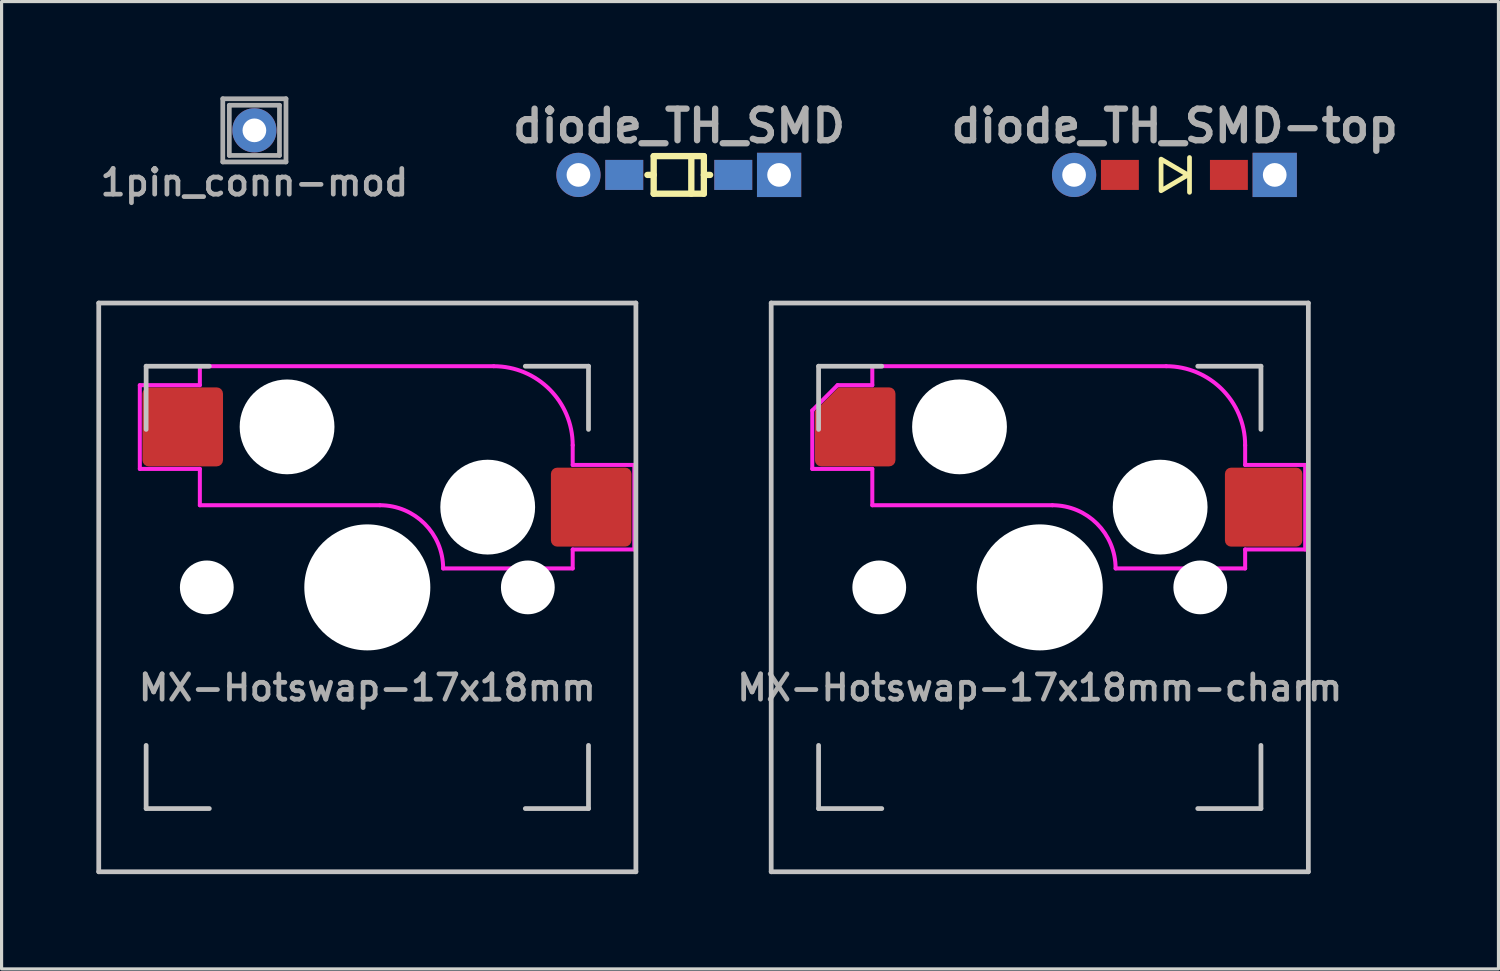
<source format=kicad_pcb>
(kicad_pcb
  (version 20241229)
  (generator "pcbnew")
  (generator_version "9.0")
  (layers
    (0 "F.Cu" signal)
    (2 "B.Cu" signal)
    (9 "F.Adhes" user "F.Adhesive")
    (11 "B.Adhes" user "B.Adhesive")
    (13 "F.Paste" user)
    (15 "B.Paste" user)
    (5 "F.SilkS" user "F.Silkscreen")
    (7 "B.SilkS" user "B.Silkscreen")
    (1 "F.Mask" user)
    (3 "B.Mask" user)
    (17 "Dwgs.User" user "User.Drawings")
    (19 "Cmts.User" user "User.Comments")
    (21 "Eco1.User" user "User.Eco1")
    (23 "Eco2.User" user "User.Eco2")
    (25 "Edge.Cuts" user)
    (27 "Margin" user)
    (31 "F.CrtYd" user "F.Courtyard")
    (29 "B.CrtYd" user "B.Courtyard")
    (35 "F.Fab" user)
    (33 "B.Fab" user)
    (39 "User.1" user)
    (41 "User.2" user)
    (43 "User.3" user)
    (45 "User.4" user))
  (footprint "MX-Hotswap-17x18mm-charm"
    (layer "F.Cu")
    (at 29.857 15.54)
    (property "Reference" "MX-Hotswap-17x18mm-charm" (at 0 3.175 0) (layer "F.Fab") (effects (font (size 0.8 0.8) (thickness 0.15))))
    (attr smd)
    (fp_line (start -8.5 9) (end -8.5 -9) (stroke (width 0.15) (type solid)) (layer "Dwgs.User"))
    (fp_line (start -7 -7) (end -5 -7) (stroke (width 0.15) (type solid)) (layer "Dwgs.User"))
    (fp_line (start -7 -5) (end -7 -7) (stroke (width 0.15) (type solid)) (layer "Dwgs.User"))
    (fp_line (start -7 5) (end -7 7) (stroke (width 0.15) (type solid)) (layer "Dwgs.User"))
    (fp_line (start -7 7) (end -5 7) (stroke (width 0.15) (type solid)) (layer "Dwgs.User"))
    (fp_line (start 5 7) (end 7 7) (stroke (width 0.15) (type solid)) (layer "Dwgs.User"))
    (fp_line (start 7 -7) (end 5 -7) (stroke (width 0.15) (type solid)) (layer "Dwgs.User"))
    (fp_line (start 7 -5) (end 7 -7) (stroke (width 0.15) (type solid)) (layer "Dwgs.User"))
    (fp_line (start 7 7) (end 7 5) (stroke (width 0.15) (type solid)) (layer "Dwgs.User"))
    (fp_line (start 8.5 -9) (end -8.5 -9) (stroke (width 0.15) (type solid)) (layer "Dwgs.User"))
    (fp_line (start 8.5 9) (end -8.5 9) (stroke (width 0.15) (type solid)) (layer "Dwgs.User"))
    (fp_line (start 8.5 9) (end 8.5 -9) (stroke (width 0.15) (type solid)) (layer "Dwgs.User"))
    (fp_line (start -7.2 -3.75) (end -7.2 -5.6) (stroke (width 0.127) (type solid)) (layer "F.CrtYd"))
    (fp_line (start -6.4 -6.4) (end -7.2 -5.6) (stroke (width 0.127) (type default)) (layer "F.CrtYd"))
    (fp_line (start -6.4 -6.4) (end -5.3 -6.4) (stroke (width 0.127) (type solid)) (layer "F.CrtYd"))
    (fp_line (start -5.3 -6.4) (end -5.3 -7) (stroke (width 0.127) (type solid)) (layer "F.CrtYd"))
    (fp_line (start -5.3 -3.75) (end -7.2 -3.75) (stroke (width 0.127) (type solid)) (layer "F.CrtYd"))
    (fp_line (start -5.3 -3.75) (end -5.3 -2.6) (stroke (width 0.127) (type solid)) (layer "F.CrtYd"))
    (fp_line (start -5.3 -2.6) (end 0.4 -2.6) (stroke (width 0.127) (type solid)) (layer "F.CrtYd"))
    (fp_line (start 2.4 -0.6) (end 6.5 -0.6) (stroke (width 0.127) (type solid)) (layer "F.CrtYd"))
    (fp_line (start 4 -7) (end -5.3 -7) (stroke (width 0.127) (type solid)) (layer "F.CrtYd"))
    (fp_line (start 6.5 -3.875) (end 6.5 -4.5) (stroke (width 0.127) (type solid)) (layer "F.CrtYd"))
    (fp_line (start 6.5 -1.2) (end 6.5 -0.6) (stroke (width 0.127) (type solid)) (layer "F.CrtYd"))
    (fp_line (start 6.5 -1.2) (end 8.4 -1.2) (stroke (width 0.127) (type solid)) (layer "F.CrtYd"))
    (fp_line (start 8.4 -3.875) (end 6.5 -3.875) (stroke (width 0.127) (type solid)) (layer "F.CrtYd"))
    (fp_line (start 8.4 -1.2) (end 8.4 -3.875) (stroke (width 0.127) (type solid)) (layer "F.CrtYd"))
    (fp_arc (start 0.4 -2.6) (mid 1.814214 -2.014214) (end 2.4 -0.6) (stroke (width 0.127) (type solid)) (layer "F.CrtYd"))
    (fp_arc (start 4 -7) (mid 5.767767 -6.267767) (end 6.5 -4.5) (stroke (width 0.127) (type solid)) (layer "F.CrtYd"))
    (pad "" np_thru_hole circle (at -5.08 0 311.901) (size 1.702 1.702) (drill 1.702) (layers "*.Cu" "*.Mask"))
    (pad "" np_thru_hole circle (at -2.54 -5.08) (size 3 3) (drill 3) (layers "*.Cu" "*.Mask"))
    (pad "" np_thru_hole circle (at 0 0) (size 3.988 3.988) (drill 3.988) (layers "*.Cu" "*.Mask"))
    (pad "" np_thru_hole circle (at 3.81 -2.54) (size 3 3) (drill 3) (layers "*.Cu" "*.Mask"))
    (pad "" np_thru_hole circle (at 5.08 0 311.901) (size 1.702 1.702) (drill 1.702) (layers "*.Cu" "*.Mask"))
    (pad "1" smd roundrect (at 7.085 -2.54) (size 2.45 2.5) (layers "F.Cu" "F.Mask" "F.Paste") (roundrect_rratio 0.08))
    (pad "2" smd roundrect (at -5.842 -5.08) (size 2.55 2.5) (layers "F.Cu" "F.Mask" "F.Paste") (roundrect_rratio 0.08) (chamfer_ratio 0.3) (chamfer top_left)))
  (footprint "1pin_conn-mod"
    (layer "F.Cu")
    (at 5.001 1.075)
    (property "Reference" "1pin_conn-mod" (at 0 1.651 0) (layer "F.Fab") (effects (font (size 0.813 0.813) (thickness 0.15))))
    (attr through_hole)
    (fp_line (start -1 -1) (end -1 1) (stroke (width 0.15) (type solid)) (layer "F.Fab"))
    (fp_line (start -1 1) (end 1 1) (stroke (width 0.15) (type solid)) (layer "F.Fab"))
    (fp_line (start -0.794 -0.794) (end 0.794 -0.794) (stroke (width 0.15) (type solid)) (layer "F.Fab"))
    (fp_line (start -0.794 0.794) (end -0.794 -0.794) (stroke (width 0.15) (type solid)) (layer "F.Fab"))
    (fp_line (start 0.794 -0.794) (end 0.794 0.794) (stroke (width 0.15) (type solid)) (layer "F.Fab"))
    (fp_line (start 0.794 0.794) (end -0.794 0.794) (stroke (width 0.15) (type solid)) (layer "F.Fab"))
    (fp_line (start 1 -1) (end -1 -1) (stroke (width 0.15) (type solid)) (layer "F.Fab"))
    (fp_line (start 1 1) (end 1 -1) (stroke (width 0.15) (type solid)) (layer "F.Fab"))
    (pad "1" thru_hole circle (at 0 0) (size 1.4 1.4) (drill 0.75) (layers "*.Cu" "*.Mask")))
  (footprint "diode_TH_SMD"
    (layer "F.Cu")
    (at 21.21 2.486)
    (property "Reference" "diode_TH_SMD" (at -2.77 -1.55 0) (layer "F.Fab") (effects (font (size 1 1) (thickness 0.2))))
    (attr through_hole)
    (fp_line (start -3.572 -0.595) (end -1.984 -0.595) (stroke (width 0.2) (type solid)) (layer "F.SilkS"))
    (fp_line (start -3.572 0) (end -3.77 0) (stroke (width 0.2) (type solid)) (layer "F.SilkS"))
    (fp_line (start -3.572 0.595) (end -3.572 -0.595) (stroke (width 0.2) (type solid)) (layer "F.SilkS"))
    (fp_line (start -2.381 0.595) (end -2.381 -0.595) (stroke (width 0.2) (type solid)) (layer "F.SilkS"))
    (fp_line (start -1.984 -0.595) (end -1.984 0.595) (stroke (width 0.2) (type solid)) (layer "F.SilkS"))
    (fp_line (start -1.984 0.595) (end -3.572 0.595) (stroke (width 0.2) (type solid)) (layer "F.SilkS"))
    (fp_line (start -1.786 0) (end -1.984 0) (stroke (width 0.2) (type solid)) (layer "F.SilkS"))
    (pad "1" smd rect (at -1.053 0) (size 1.2 0.95) (layers "F.Cu" "F.Mask" "F.Paste"))
    (pad "1" smd rect (at -1.053 0) (size 1.2 0.95) (layers "B.Cu" "B.Mask" "B.Paste"))
    (pad "1" thru_hole rect (at 0.397 0) (size 1.4 1.4) (drill 0.75) (layers "*.Cu" "*.Mask"))
    (pad "2" thru_hole circle (at -5.953 0) (size 1.4 1.4) (drill 0.75) (layers "*.Cu" "*.Mask"))
    (pad "2" smd rect (at -4.503 0) (size 1.2 0.95) (layers "F.Cu" "F.Mask" "F.Paste"))
    (pad "2" smd rect (at -4.503 0) (size 1.2 0.95) (layers "B.Cu" "B.Mask" "B.Paste")))
  (footprint "MX-Hotswap-17x18mm"
    (layer "F.Cu")
    (at 8.575 15.54)
    (property "Reference" "MX-Hotswap-17x18mm" (at 0 3.175 0) (layer "F.Fab") (effects (font (size 0.8 0.8) (thickness 0.15))))
    (attr smd)
    (fp_line (start -8.5 9) (end -8.5 -9) (stroke (width 0.15) (type solid)) (layer "Dwgs.User"))
    (fp_line (start -7 -7) (end -5 -7) (stroke (width 0.15) (type solid)) (layer "Dwgs.User"))
    (fp_line (start -7 -5) (end -7 -7) (stroke (width 0.15) (type solid)) (layer "Dwgs.User"))
    (fp_line (start -7 5) (end -7 7) (stroke (width 0.15) (type solid)) (layer "Dwgs.User"))
    (fp_line (start -7 7) (end -5 7) (stroke (width 0.15) (type solid)) (layer "Dwgs.User"))
    (fp_line (start 5 7) (end 7 7) (stroke (width 0.15) (type solid)) (layer "Dwgs.User"))
    (fp_line (start 7 -7) (end 5 -7) (stroke (width 0.15) (type solid)) (layer "Dwgs.User"))
    (fp_line (start 7 -5) (end 7 -7) (stroke (width 0.15) (type solid)) (layer "Dwgs.User"))
    (fp_line (start 7 7) (end 7 5) (stroke (width 0.15) (type solid)) (layer "Dwgs.User"))
    (fp_line (start 8.5 -9) (end -8.5 -9) (stroke (width 0.15) (type solid)) (layer "Dwgs.User"))
    (fp_line (start 8.5 9) (end -8.5 9) (stroke (width 0.15) (type solid)) (layer "Dwgs.User"))
    (fp_line (start 8.5 9) (end 8.5 -9) (stroke (width 0.15) (type solid)) (layer "Dwgs.User"))
    (fp_line (start -7.2 -6.4) (end -5.3 -6.4) (stroke (width 0.127) (type solid)) (layer "F.CrtYd"))
    (fp_line (start -7.2 -3.75) (end -7.2 -6.4) (stroke (width 0.127) (type solid)) (layer "F.CrtYd"))
    (fp_line (start -5.3 -6.4) (end -5.3 -7) (stroke (width 0.127) (type solid)) (layer "F.CrtYd"))
    (fp_line (start -5.3 -3.75) (end -7.2 -3.75) (stroke (width 0.127) (type solid)) (layer "F.CrtYd"))
    (fp_line (start -5.3 -3.75) (end -5.3 -2.6) (stroke (width 0.127) (type solid)) (layer "F.CrtYd"))
    (fp_line (start -5.3 -2.6) (end 0.4 -2.6) (stroke (width 0.127) (type solid)) (layer "F.CrtYd"))
    (fp_line (start 2.4 -0.6) (end 6.5 -0.6) (stroke (width 0.127) (type solid)) (layer "F.CrtYd"))
    (fp_line (start 4 -7) (end -5.3 -7) (stroke (width 0.127) (type solid)) (layer "F.CrtYd"))
    (fp_line (start 6.5 -3.875) (end 6.5 -4.5) (stroke (width 0.127) (type solid)) (layer "F.CrtYd"))
    (fp_line (start 6.5 -1.2) (end 6.5 -0.6) (stroke (width 0.127) (type solid)) (layer "F.CrtYd"))
    (fp_line (start 6.5 -1.2) (end 8.45 -1.2) (stroke (width 0.127) (type solid)) (layer "F.CrtYd"))
    (fp_line (start 8.45 -3.875) (end 6.5 -3.875) (stroke (width 0.127) (type solid)) (layer "F.CrtYd"))
    (fp_line (start 8.45 -1.2) (end 8.45 -3.875) (stroke (width 0.127) (type solid)) (layer "F.CrtYd"))
    (fp_arc (start 0.4 -2.6) (mid 1.814214 -2.014214) (end 2.4 -0.6) (stroke (width 0.127) (type solid)) (layer "F.CrtYd"))
    (fp_arc (start 4 -7) (mid 5.767767 -6.267767) (end 6.5 -4.5) (stroke (width 0.127) (type solid)) (layer "F.CrtYd"))
    (pad "" np_thru_hole circle (at -5.08 0 311.901) (size 1.702 1.702) (drill 1.702) (layers "*.Cu" "*.Mask"))
    (pad "" np_thru_hole circle (at -2.54 -5.08) (size 3 3) (drill 3) (layers "*.Cu" "*.Mask"))
    (pad "" np_thru_hole circle (at 0 0) (size 3.988 3.988) (drill 3.988) (layers "*.Cu" "*.Mask"))
    (pad "" np_thru_hole circle (at 3.81 -2.54) (size 3 3) (drill 3) (layers "*.Cu" "*.Mask"))
    (pad "" np_thru_hole circle (at 5.08 0 311.901) (size 1.702 1.702) (drill 1.702) (layers "*.Cu" "*.Mask"))
    (pad "1" smd roundrect (at 7.085 -2.54) (size 2.55 2.5) (layers "F.Cu" "F.Mask" "F.Paste") (roundrect_rratio 0.08))
    (pad "2" smd roundrect (at -5.842 -5.08) (size 2.55 2.5) (layers "F.Cu" "F.Mask" "F.Paste") (roundrect_rratio 0.08)))
  (footprint "diode_TH_SMD-top"
    (layer "F.Cu")
    (at 36.896 2.486)
    (property "Reference" "diode_TH_SMD-top" (at -2.77 -1.55 0) (layer "F.Fab") (effects (font (size 1 1) (thickness 0.2))))
    (attr through_hole)
    (fp_line (start -2.3 -0.55) (end -2.3 0.55) (stroke (width 0.15) (type default)) (layer "F.SilkS"))
    (fp_poly (pts (xy -3.2 -0.5) (xy -3.2 0.5) (xy -2.35 0)) (stroke (width 0.15) (type solid)) (fill no) (layer "F.SilkS"))
    (pad "1" smd rect (at -1.053 0) (size 1.2 0.95) (layers "F.Cu" "F.Mask" "F.Paste"))
    (pad "1" thru_hole rect (at 0.397 0) (size 1.4 1.4) (drill 0.75) (layers "*.Cu" "*.Mask"))
    (pad "2" thru_hole circle (at -5.953 0) (size 1.4 1.4) (drill 0.75) (layers "*.Cu" "*.Mask"))
    (pad "2" smd rect (at -4.503 0) (size 1.2 0.95) (layers "F.Cu" "F.Mask" "F.Paste")))
  (gr_rect
    (start -3 -3)
    (end 44.374 27.615)
    (stroke (width 0.1) (type default))
    (fill no)
    (layer "Edge.Cuts")))
</source>
